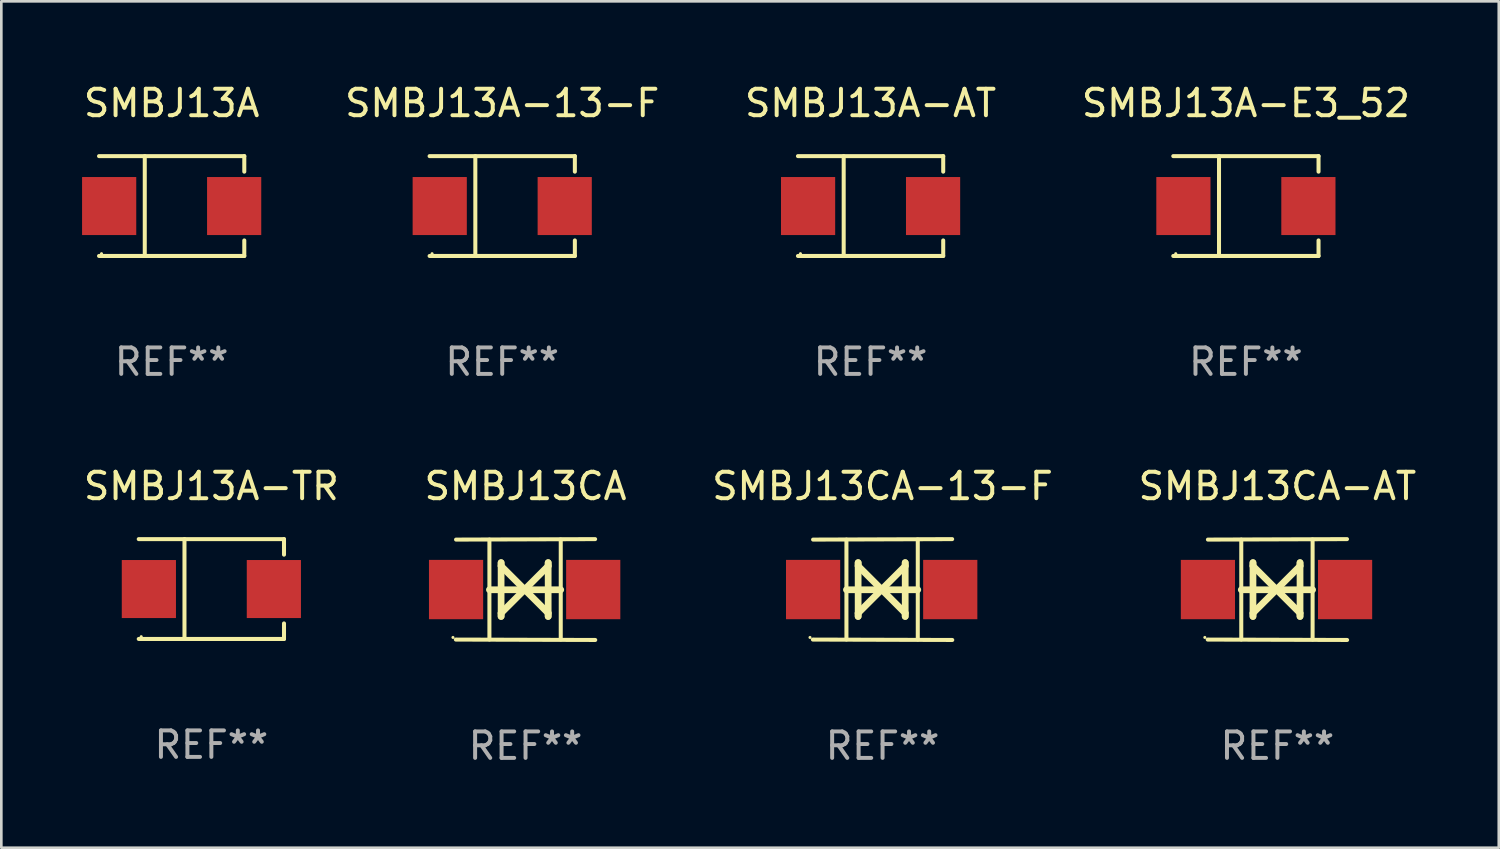
<source format=kicad_pcb>
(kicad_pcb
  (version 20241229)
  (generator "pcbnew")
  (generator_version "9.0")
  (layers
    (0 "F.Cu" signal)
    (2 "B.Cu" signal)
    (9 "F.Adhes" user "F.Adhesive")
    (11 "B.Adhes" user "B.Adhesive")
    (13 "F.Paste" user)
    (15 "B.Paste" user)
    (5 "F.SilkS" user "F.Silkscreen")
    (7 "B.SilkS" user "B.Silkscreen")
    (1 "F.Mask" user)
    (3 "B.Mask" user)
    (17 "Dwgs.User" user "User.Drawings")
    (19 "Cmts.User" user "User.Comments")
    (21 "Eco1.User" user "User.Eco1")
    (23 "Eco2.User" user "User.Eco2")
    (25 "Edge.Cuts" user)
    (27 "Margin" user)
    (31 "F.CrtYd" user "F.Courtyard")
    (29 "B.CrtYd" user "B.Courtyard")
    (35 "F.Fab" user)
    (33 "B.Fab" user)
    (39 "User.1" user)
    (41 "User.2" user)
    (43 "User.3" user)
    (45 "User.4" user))
  (footprint "SMBJ13CA"
    (layer "F.Cu")
    (at 16.804 19.222)
    (property "Reference" "SMBJ13CA" (at 0 -3.905 0) (layer "F.SilkS") (effects (font (size 1 1) (thickness 0.15))))
    (attr through_hole)
    (fp_line (start -1.365 1.886) (end -1.365 -1.886) (stroke (width 0.152) (type solid)) (layer "F.SilkS"))
    (fp_line (start -1.365 0.008) (end 1.33 0.008) (stroke (width 0.254) (type solid)) (layer "F.SilkS"))
    (fp_line (start -0.923 -1.016) (end -0.923 1.016) (stroke (width 0.254) (type solid)) (layer "F.SilkS"))
    (fp_line (start -0.923 -0.889) (end -0.923 -1.016) (stroke (width 0.254) (type solid)) (layer "F.SilkS"))
    (fp_line (start -0.923 0.889) (end -0.034 0) (stroke (width 0.254) (type solid)) (layer "F.SilkS"))
    (fp_line (start -0.923 1.016) (end -0.923 0.889) (stroke (width 0.254) (type solid)) (layer "F.SilkS"))
    (fp_line (start -0.034 0) (end -0.923 -0.889) (stroke (width 0.254) (type solid)) (layer "F.SilkS"))
    (fp_line (start -0.034 0) (end 0.855 0.889) (stroke (width 0.254) (type solid)) (layer "F.SilkS"))
    (fp_line (start 0.855 -1.016) (end 0.855 -0.889) (stroke (width 0.254) (type solid)) (layer "F.SilkS"))
    (fp_line (start 0.855 -0.889) (end -0.034 0) (stroke (width 0.254) (type solid)) (layer "F.SilkS"))
    (fp_line (start 0.855 0.889) (end 0.855 1.016) (stroke (width 0.254) (type solid)) (layer "F.SilkS"))
    (fp_line (start 0.855 1.016) (end 0.855 -1.016) (stroke (width 0.254) (type solid)) (layer "F.SilkS"))
    (fp_line (start 1.33 1.886) (end 1.33 -1.886) (stroke (width 0.152) (type solid)) (layer "F.SilkS"))
    (fp_line (start 2.629 -1.905) (end -2.625 -1.887) (stroke (width 0.152) (type solid)) (layer "F.SilkS"))
    (fp_line (start 2.633 1.905) (end -2.633 1.89) (stroke (width 0.152) (type solid)) (layer "F.SilkS"))
    (fp_circle (center -2.741 1.81) (end -2.711 1.81) (stroke (width 0.06) (type solid)) (fill no) (layer "F.SilkS"))
    (fp_text user "REF**" (at 0 5.905 0) (layer "F.Fab") (effects (font (size 1 1) (thickness 0.15))))
    (pad "1" smd rect (at -2.625 0) (size 2.047 2.241) (layers "F.Cu" "F.Mask" "F.Paste"))
    (pad "2" smd rect (at 2.557 0) (size 2.047 2.241) (layers "F.Cu" "F.Mask" "F.Paste")))
  (footprint "SMBJ13CA-13-F"
    (layer "F.Cu")
    (at 30.292 19.222)
    (property "Reference" "SMBJ13CA-13-F" (at 0 -3.905 0) (layer "F.SilkS") (effects (font (size 1 1) (thickness 0.15))))
    (attr through_hole)
    (fp_line (start -1.365 1.886) (end -1.365 -1.886) (stroke (width 0.152) (type solid)) (layer "F.SilkS"))
    (fp_line (start -1.365 0.008) (end 1.33 0.008) (stroke (width 0.254) (type solid)) (layer "F.SilkS"))
    (fp_line (start -0.923 -1.016) (end -0.923 1.016) (stroke (width 0.254) (type solid)) (layer "F.SilkS"))
    (fp_line (start -0.923 -0.889) (end -0.923 -1.016) (stroke (width 0.254) (type solid)) (layer "F.SilkS"))
    (fp_line (start -0.923 0.889) (end -0.034 0) (stroke (width 0.254) (type solid)) (layer "F.SilkS"))
    (fp_line (start -0.923 1.016) (end -0.923 0.889) (stroke (width 0.254) (type solid)) (layer "F.SilkS"))
    (fp_line (start -0.034 0) (end -0.923 -0.889) (stroke (width 0.254) (type solid)) (layer "F.SilkS"))
    (fp_line (start -0.034 0) (end 0.855 0.889) (stroke (width 0.254) (type solid)) (layer "F.SilkS"))
    (fp_line (start 0.855 -1.016) (end 0.855 -0.889) (stroke (width 0.254) (type solid)) (layer "F.SilkS"))
    (fp_line (start 0.855 -0.889) (end -0.034 0) (stroke (width 0.254) (type solid)) (layer "F.SilkS"))
    (fp_line (start 0.855 0.889) (end 0.855 1.016) (stroke (width 0.254) (type solid)) (layer "F.SilkS"))
    (fp_line (start 0.855 1.016) (end 0.855 -1.016) (stroke (width 0.254) (type solid)) (layer "F.SilkS"))
    (fp_line (start 1.33 1.886) (end 1.33 -1.886) (stroke (width 0.152) (type solid)) (layer "F.SilkS"))
    (fp_line (start 2.629 -1.905) (end -2.625 -1.887) (stroke (width 0.152) (type solid)) (layer "F.SilkS"))
    (fp_line (start 2.633 1.905) (end -2.633 1.89) (stroke (width 0.152) (type solid)) (layer "F.SilkS"))
    (fp_circle (center -2.741 1.81) (end -2.711 1.81) (stroke (width 0.06) (type solid)) (fill no) (layer "F.SilkS"))
    (fp_text user "REF**" (at 0 5.905 0) (layer "F.Fab") (effects (font (size 1 1) (thickness 0.15))))
    (pad "1" smd rect (at -2.625 0) (size 2.047 2.241) (layers "F.Cu" "F.Mask" "F.Paste"))
    (pad "2" smd rect (at 2.557 0) (size 2.047 2.241) (layers "F.Cu" "F.Mask" "F.Paste")))
  (footprint "SMBJ13A-E3_52"
    (layer "F.Cu")
    (at 44.018 4.734)
    (property "Reference" "SMBJ13A-E3_52" (at 0 -3.886 0) (layer "F.SilkS") (effects (font (size 1 1) (thickness 0.15))))
    (attr through_hole)
    (fp_line (start -2.744 -1.886) (end 2.744 -1.886) (stroke (width 0.152) (type solid)) (layer "F.SilkS"))
    (fp_line (start -2.744 1.886) (end 2.744 1.886) (stroke (width 0.152) (type solid)) (layer "F.SilkS"))
    (fp_line (start -1.016 -1.886) (end -1.016 1.886) (stroke (width 0.152) (type solid)) (layer "F.SilkS"))
    (fp_line (start 2.744 -1.886) (end 2.744 -1.299) (stroke (width 0.152) (type solid)) (layer "F.SilkS"))
    (fp_line (start 2.744 1.886) (end 2.744 1.299) (stroke (width 0.152) (type solid)) (layer "F.SilkS"))
    (fp_circle (center -2.65 1.8) (end -2.62 1.8) (stroke (width 0.06) (type solid)) (fill no) (layer "F.SilkS"))
    (fp_text user "REF**" (at 0 5.886 0) (layer "F.Fab") (effects (font (size 1 1) (thickness 0.15))))
    (pad "1" smd rect (at -2.361 0) (size 2.047 2.192) (layers "F.Cu" "F.Mask" "F.Paste"))
    (pad "2" smd rect (at 2.361 0) (size 2.047 2.192) (layers "F.Cu" "F.Mask" "F.Paste")))
  (footprint "SMBJ13A-13-F"
    (layer "F.Cu")
    (at 15.923 4.734)
    (property "Reference" "SMBJ13A-13-F" (at 0 -3.886 0) (layer "F.SilkS") (effects (font (size 1 1) (thickness 0.15))))
    (attr through_hole)
    (fp_line (start -2.744 -1.886) (end 2.744 -1.886) (stroke (width 0.152) (type solid)) (layer "F.SilkS"))
    (fp_line (start -2.744 1.886) (end 2.744 1.886) (stroke (width 0.152) (type solid)) (layer "F.SilkS"))
    (fp_line (start -1.016 -1.886) (end -1.016 1.886) (stroke (width 0.152) (type solid)) (layer "F.SilkS"))
    (fp_line (start 2.744 -1.886) (end 2.744 -1.299) (stroke (width 0.152) (type solid)) (layer "F.SilkS"))
    (fp_line (start 2.744 1.886) (end 2.744 1.299) (stroke (width 0.152) (type solid)) (layer "F.SilkS"))
    (fp_circle (center -2.65 1.8) (end -2.62 1.8) (stroke (width 0.06) (type solid)) (fill no) (layer "F.SilkS"))
    (fp_text user "REF**" (at 0 5.886 0) (layer "F.Fab") (effects (font (size 1 1) (thickness 0.15))))
    (pad "1" smd rect (at -2.361 0) (size 2.047 2.192) (layers "F.Cu" "F.Mask" "F.Paste"))
    (pad "2" smd rect (at 2.361 0) (size 2.047 2.192) (layers "F.Cu" "F.Mask" "F.Paste")))
  (footprint "SMBJ13A-TR"
    (layer "F.Cu")
    (at 4.935 19.203)
    (property "Reference" "SMBJ13A-TR" (at 0 -3.886 0) (layer "F.SilkS") (effects (font (size 1 1) (thickness 0.15))))
    (attr through_hole)
    (fp_line (start -2.744 -1.886) (end 2.744 -1.886) (stroke (width 0.152) (type solid)) (layer "F.SilkS"))
    (fp_line (start -2.744 1.886) (end 2.744 1.886) (stroke (width 0.152) (type solid)) (layer "F.SilkS"))
    (fp_line (start -1.016 -1.886) (end -1.016 1.886) (stroke (width 0.152) (type solid)) (layer "F.SilkS"))
    (fp_line (start 2.744 -1.886) (end 2.744 -1.299) (stroke (width 0.152) (type solid)) (layer "F.SilkS"))
    (fp_line (start 2.744 1.886) (end 2.744 1.299) (stroke (width 0.152) (type solid)) (layer "F.SilkS"))
    (fp_circle (center -2.65 1.8) (end -2.62 1.8) (stroke (width 0.06) (type solid)) (fill no) (layer "F.SilkS"))
    (fp_text user "REF**" (at 0 5.886 0) (layer "F.Fab") (effects (font (size 1 1) (thickness 0.15))))
    (pad "1" smd rect (at -2.361 0) (size 2.047 2.192) (layers "F.Cu" "F.Mask" "F.Paste"))
    (pad "2" smd rect (at 2.361 0) (size 2.047 2.192) (layers "F.Cu" "F.Mask" "F.Paste")))
  (footprint "SMBJ13A-AT"
    (layer "F.Cu")
    (at 29.839 4.734)
    (property "Reference" "SMBJ13A-AT" (at 0 -3.886 0) (layer "F.SilkS") (effects (font (size 1 1) (thickness 0.15))))
    (attr through_hole)
    (fp_line (start -2.744 -1.886) (end 2.744 -1.886) (stroke (width 0.152) (type solid)) (layer "F.SilkS"))
    (fp_line (start -2.744 1.886) (end 2.744 1.886) (stroke (width 0.152) (type solid)) (layer "F.SilkS"))
    (fp_line (start -1.016 -1.886) (end -1.016 1.886) (stroke (width 0.152) (type solid)) (layer "F.SilkS"))
    (fp_line (start 2.744 -1.886) (end 2.744 -1.299) (stroke (width 0.152) (type solid)) (layer "F.SilkS"))
    (fp_line (start 2.744 1.886) (end 2.744 1.299) (stroke (width 0.152) (type solid)) (layer "F.SilkS"))
    (fp_circle (center -2.65 1.8) (end -2.62 1.8) (stroke (width 0.06) (type solid)) (fill no) (layer "F.SilkS"))
    (fp_text user "REF**" (at 0 5.886 0) (layer "F.Fab") (effects (font (size 1 1) (thickness 0.15))))
    (pad "1" smd rect (at -2.361 0) (size 2.047 2.192) (layers "F.Cu" "F.Mask" "F.Paste"))
    (pad "2" smd rect (at 2.361 0) (size 2.047 2.192) (layers "F.Cu" "F.Mask" "F.Paste")))
  (footprint "SMBJ13CA-AT"
    (layer "F.Cu")
    (at 45.208 19.222)
    (property "Reference" "SMBJ13CA-AT" (at 0 -3.905 0) (layer "F.SilkS") (effects (font (size 1 1) (thickness 0.15))))
    (attr through_hole)
    (fp_line (start -1.365 1.886) (end -1.365 -1.886) (stroke (width 0.152) (type solid)) (layer "F.SilkS"))
    (fp_line (start -1.365 0.008) (end 1.33 0.008) (stroke (width 0.254) (type solid)) (layer "F.SilkS"))
    (fp_line (start -0.923 -1.016) (end -0.923 1.016) (stroke (width 0.254) (type solid)) (layer "F.SilkS"))
    (fp_line (start -0.923 -0.889) (end -0.923 -1.016) (stroke (width 0.254) (type solid)) (layer "F.SilkS"))
    (fp_line (start -0.923 0.889) (end -0.034 0) (stroke (width 0.254) (type solid)) (layer "F.SilkS"))
    (fp_line (start -0.923 1.016) (end -0.923 0.889) (stroke (width 0.254) (type solid)) (layer "F.SilkS"))
    (fp_line (start -0.034 0) (end -0.923 -0.889) (stroke (width 0.254) (type solid)) (layer "F.SilkS"))
    (fp_line (start -0.034 0) (end 0.855 0.889) (stroke (width 0.254) (type solid)) (layer "F.SilkS"))
    (fp_line (start 0.855 -1.016) (end 0.855 -0.889) (stroke (width 0.254) (type solid)) (layer "F.SilkS"))
    (fp_line (start 0.855 -0.889) (end -0.034 0) (stroke (width 0.254) (type solid)) (layer "F.SilkS"))
    (fp_line (start 0.855 0.889) (end 0.855 1.016) (stroke (width 0.254) (type solid)) (layer "F.SilkS"))
    (fp_line (start 0.855 1.016) (end 0.855 -1.016) (stroke (width 0.254) (type solid)) (layer "F.SilkS"))
    (fp_line (start 1.33 1.886) (end 1.33 -1.886) (stroke (width 0.152) (type solid)) (layer "F.SilkS"))
    (fp_line (start 2.629 -1.905) (end -2.625 -1.887) (stroke (width 0.152) (type solid)) (layer "F.SilkS"))
    (fp_line (start 2.633 1.905) (end -2.633 1.89) (stroke (width 0.152) (type solid)) (layer "F.SilkS"))
    (fp_circle (center -2.741 1.81) (end -2.711 1.81) (stroke (width 0.06) (type solid)) (fill no) (layer "F.SilkS"))
    (fp_text user "REF**" (at 0 5.905 0) (layer "F.Fab") (effects (font (size 1 1) (thickness 0.15))))
    (pad "1" smd rect (at -2.625 0) (size 2.047 2.241) (layers "F.Cu" "F.Mask" "F.Paste"))
    (pad "2" smd rect (at 2.557 0) (size 2.047 2.241) (layers "F.Cu" "F.Mask" "F.Paste")))
  (footprint "SMBJ13A"
    (layer "F.Cu")
    (at 3.435 4.734)
    (property "Reference" "SMBJ13A" (at 0 -3.886 0) (layer "F.SilkS") (effects (font (size 1 1) (thickness 0.15))))
    (attr through_hole)
    (fp_line (start -2.744 -1.886) (end 2.744 -1.886) (stroke (width 0.152) (type solid)) (layer "F.SilkS"))
    (fp_line (start -2.744 1.886) (end 2.744 1.886) (stroke (width 0.152) (type solid)) (layer "F.SilkS"))
    (fp_line (start -1.016 -1.886) (end -1.016 1.886) (stroke (width 0.152) (type solid)) (layer "F.SilkS"))
    (fp_line (start 2.744 -1.886) (end 2.744 -1.299) (stroke (width 0.152) (type solid)) (layer "F.SilkS"))
    (fp_line (start 2.744 1.886) (end 2.744 1.299) (stroke (width 0.152) (type solid)) (layer "F.SilkS"))
    (fp_circle (center -2.65 1.8) (end -2.62 1.8) (stroke (width 0.06) (type solid)) (fill no) (layer "F.SilkS"))
    (fp_text user "REF**" (at 0 5.886 0) (layer "F.Fab") (effects (font (size 1 1) (thickness 0.15))))
    (pad "1" smd rect (at -2.361 0) (size 2.047 2.192) (layers "F.Cu" "F.Mask" "F.Paste"))
    (pad "2" smd rect (at 2.361 0) (size 2.047 2.192) (layers "F.Cu" "F.Mask" "F.Paste")))
  (gr_rect
    (start -3 -3)
    (end 53.571 28.975)
    (stroke (width 0.1) (type default))
    (fill no)
    (layer "Edge.Cuts")))
</source>
